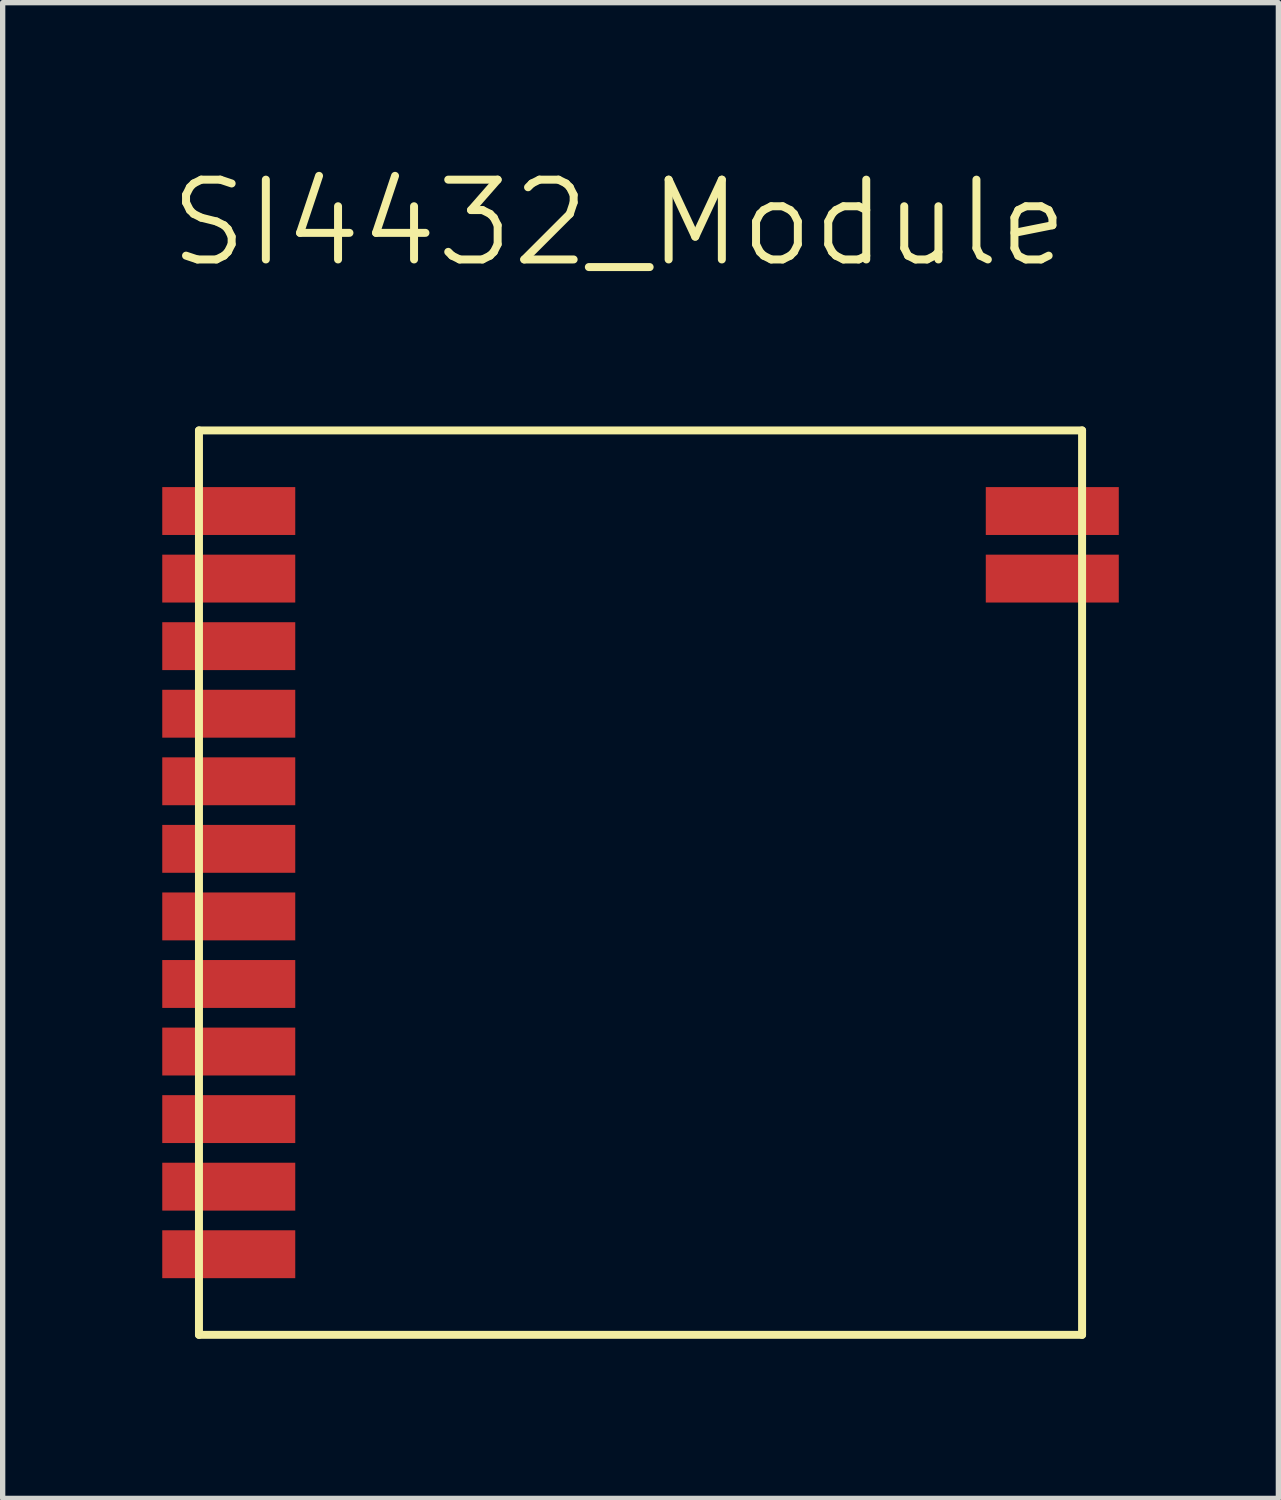
<source format=kicad_pcb>
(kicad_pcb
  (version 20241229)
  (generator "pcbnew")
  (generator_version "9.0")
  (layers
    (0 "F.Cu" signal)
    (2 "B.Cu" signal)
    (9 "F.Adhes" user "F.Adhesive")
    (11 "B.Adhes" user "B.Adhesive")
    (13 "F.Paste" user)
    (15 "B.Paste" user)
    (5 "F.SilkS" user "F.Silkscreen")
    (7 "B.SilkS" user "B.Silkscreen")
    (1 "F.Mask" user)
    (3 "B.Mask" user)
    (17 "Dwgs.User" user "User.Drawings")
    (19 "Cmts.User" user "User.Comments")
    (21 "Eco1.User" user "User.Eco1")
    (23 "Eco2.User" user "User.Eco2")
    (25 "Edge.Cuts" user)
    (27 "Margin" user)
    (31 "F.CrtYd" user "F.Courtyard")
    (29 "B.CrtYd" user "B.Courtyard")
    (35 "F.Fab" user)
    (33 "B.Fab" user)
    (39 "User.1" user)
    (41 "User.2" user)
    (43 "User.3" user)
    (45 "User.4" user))
  (footprint "SI4432_Module"
    (layer "F.Cu")
    (at 8.99 13.541)
    (property "Reference" "SI4432_Module" (at -0.4 -12.4 0) (layer "F.SilkS") (effects (font (size 1.5 1.5) (thickness 0.15))))
    (attr through_hole)
    (fp_line (start -8.3 -8.5) (end -8.3 8.5) (stroke (width 0.15) (type solid)) (layer "F.SilkS"))
    (fp_line (start -8.3 8.5) (end 8.3 8.5) (stroke (width 0.15) (type solid)) (layer "F.SilkS"))
    (fp_line (start 8.3 -8.5) (end -8.3 -8.5) (stroke (width 0.15) (type solid)) (layer "F.SilkS"))
    (fp_line (start 8.3 8.5) (end 8.3 -8.5) (stroke (width 0.15) (type solid)) (layer "F.SilkS"))
    (pad "1" smd rect (at -7.74 -6.985) (size 2.5 0.9) (layers "F.Cu" "F.Mask" "F.Paste"))
    (pad "2" smd rect (at -7.74 -5.715) (size 2.5 0.9) (layers "F.Cu" "F.Mask" "F.Paste"))
    (pad "3" smd rect (at -7.74 -4.445) (size 2.5 0.9) (layers "F.Cu" "F.Mask" "F.Paste"))
    (pad "4" smd rect (at -7.74 -3.175) (size 2.5 0.9) (layers "F.Cu" "F.Mask" "F.Paste"))
    (pad "5" smd rect (at -7.74 -1.905) (size 2.5 0.9) (layers "F.Cu" "F.Mask" "F.Paste"))
    (pad "6" smd rect (at -7.74 -0.635) (size 2.5 0.9) (layers "F.Cu" "F.Mask" "F.Paste"))
    (pad "7" smd rect (at -7.74 0.635) (size 2.5 0.9) (layers "F.Cu" "F.Mask" "F.Paste"))
    (pad "8" smd rect (at -7.74 1.905) (size 2.5 0.9) (layers "F.Cu" "F.Mask" "F.Paste"))
    (pad "9" smd rect (at -7.74 3.175) (size 2.5 0.9) (layers "F.Cu" "F.Mask" "F.Paste"))
    (pad "10" smd rect (at -7.74 4.445) (size 2.5 0.9) (layers "F.Cu" "F.Mask" "F.Paste"))
    (pad "11" smd rect (at -7.74 5.715) (size 2.5 0.9) (layers "F.Cu" "F.Mask" "F.Paste"))
    (pad "12" smd rect (at -7.74 6.985) (size 2.5 0.9) (layers "F.Cu" "F.Mask" "F.Paste"))
    (pad "13" smd rect (at 7.74 -6.985) (size 2.5 0.9) (layers "F.Cu" "F.Mask" "F.Paste"))
    (pad "14" smd rect (at 7.74 -5.715) (size 2.5 0.9) (layers "F.Cu" "F.Mask" "F.Paste")))
  (gr_rect
    (start -3 -3)
    (end 20.98 25.116)
    (stroke (width 0.1) (type default))
    (fill no)
    (layer "Edge.Cuts")))
</source>
